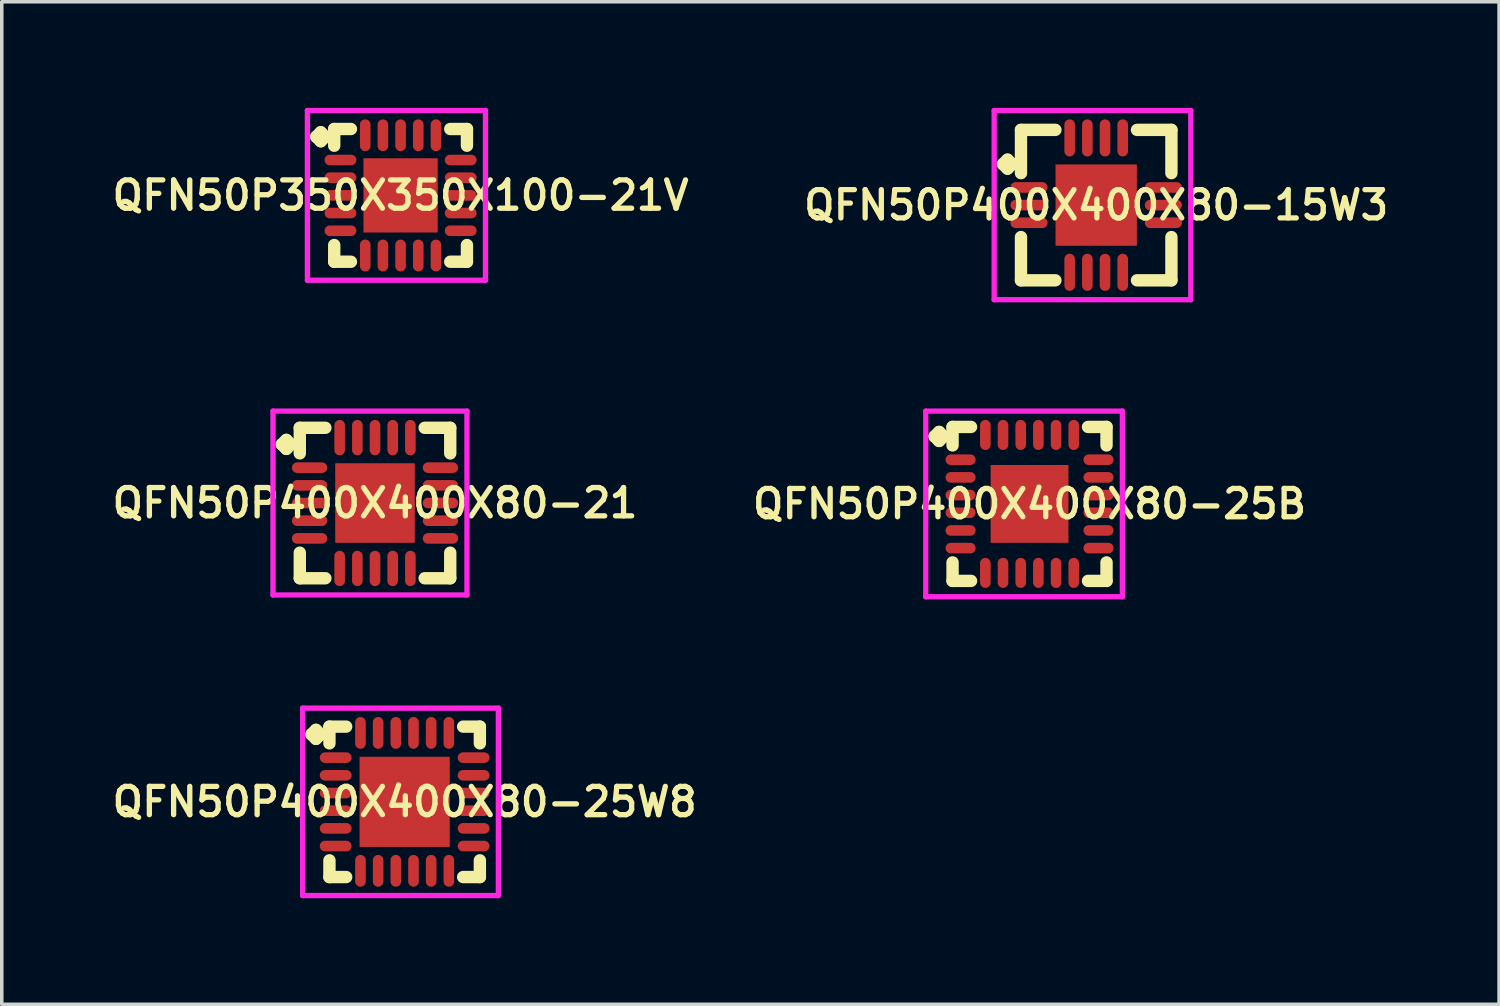
<source format=kicad_pcb>
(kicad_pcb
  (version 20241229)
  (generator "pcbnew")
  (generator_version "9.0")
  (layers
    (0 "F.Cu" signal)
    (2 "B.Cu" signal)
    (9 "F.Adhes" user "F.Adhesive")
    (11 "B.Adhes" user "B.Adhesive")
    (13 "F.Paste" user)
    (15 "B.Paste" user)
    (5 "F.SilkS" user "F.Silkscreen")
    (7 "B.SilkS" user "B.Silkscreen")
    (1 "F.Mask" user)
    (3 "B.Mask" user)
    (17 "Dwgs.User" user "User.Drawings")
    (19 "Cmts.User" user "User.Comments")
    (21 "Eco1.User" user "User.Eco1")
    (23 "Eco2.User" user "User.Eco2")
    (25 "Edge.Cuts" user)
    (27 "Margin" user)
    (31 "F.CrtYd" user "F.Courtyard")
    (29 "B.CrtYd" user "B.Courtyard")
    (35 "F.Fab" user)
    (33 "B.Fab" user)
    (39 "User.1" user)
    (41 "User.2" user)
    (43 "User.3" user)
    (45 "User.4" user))
  (footprint "QFN50P400X400X80-21"
    (layer "F.Cu")
    (at 7.555 11.175)
    (property "Reference" "QFN50P400X400X80-21" (at 0 0 0) (layer "F.SilkS") (effects (font (size 0.8 0.8) (thickness 0.15))))
    (attr smd)
    (fp_line (start -2.635 -1.658) (end -2.508 -1.785) (stroke (width 0.35) (type solid)) (layer "F.SilkS"))
    (fp_line (start -2.508 -1.785) (end -2.381 -1.658) (stroke (width 0.35) (type solid)) (layer "F.SilkS"))
    (fp_line (start -2.508 -1.531) (end -2.635 -1.658) (stroke (width 0.35) (type solid)) (layer "F.SilkS"))
    (fp_line (start -2.381 -1.658) (end -2.508 -1.531) (stroke (width 0.35) (type solid)) (layer "F.SilkS"))
    (fp_line (start -2.127 -2.127) (end -1.404 -2.127) (stroke (width 0.35) (type solid)) (layer "F.SilkS"))
    (fp_line (start -2.127 -1.404) (end -2.127 -2.127) (stroke (width 0.35) (type solid)) (layer "F.SilkS"))
    (fp_line (start -2.127 1.404) (end -2.127 2.127) (stroke (width 0.35) (type solid)) (layer "F.SilkS"))
    (fp_line (start -2.127 2.127) (end -1.404 2.127) (stroke (width 0.35) (type solid)) (layer "F.SilkS"))
    (fp_line (start 1.404 -2.127) (end 2.127 -2.127) (stroke (width 0.35) (type solid)) (layer "F.SilkS"))
    (fp_line (start 1.404 2.127) (end 2.127 2.127) (stroke (width 0.35) (type solid)) (layer "F.SilkS"))
    (fp_line (start 2.127 -2.127) (end 2.127 -1.404) (stroke (width 0.35) (type solid)) (layer "F.SilkS"))
    (fp_line (start 2.127 2.127) (end 2.127 1.404) (stroke (width 0.35) (type solid)) (layer "F.SilkS"))
    (fp_line (start -2.885 -2.6) (end 2.6 -2.6) (stroke (width 0.15) (type solid)) (layer "F.CrtYd"))
    (fp_line (start -2.885 2.6) (end -2.885 -2.6) (stroke (width 0.15) (type solid)) (layer "F.CrtYd"))
    (fp_line (start 2.6 -2.6) (end 2.6 2.6) (stroke (width 0.15) (type solid)) (layer "F.CrtYd"))
    (fp_line (start 2.6 2.6) (end -2.885 2.6) (stroke (width 0.15) (type solid)) (layer "F.CrtYd"))
    (pad "1" smd oval (at -1.85 -1) (size 1 0.3) (layers "F.Cu" "F.Mask" "F.Paste"))
    (pad "2" smd oval (at -1.85 -0.5) (size 1 0.3) (layers "F.Cu" "F.Mask" "F.Paste"))
    (pad "3" smd oval (at -1.85 0) (size 1 0.3) (layers "F.Cu" "F.Mask" "F.Paste"))
    (pad "4" smd oval (at -1.85 0.5) (size 1 0.3) (layers "F.Cu" "F.Mask" "F.Paste"))
    (pad "5" smd oval (at -1.85 1) (size 1 0.3) (layers "F.Cu" "F.Mask" "F.Paste"))
    (pad "6" smd oval (at -1 1.85) (size 0.3 1) (layers "F.Cu" "F.Mask" "F.Paste"))
    (pad "7" smd oval (at -0.5 1.85) (size 0.3 1) (layers "F.Cu" "F.Mask" "F.Paste"))
    (pad "8" smd oval (at 0 1.85) (size 0.3 1) (layers "F.Cu" "F.Mask" "F.Paste"))
    (pad "9" smd oval (at 0.5 1.85) (size 0.3 1) (layers "F.Cu" "F.Mask" "F.Paste"))
    (pad "10" smd oval (at 1 1.85) (size 0.3 1) (layers "F.Cu" "F.Mask" "F.Paste"))
    (pad "11" smd oval (at 1.85 1) (size 1 0.3) (layers "F.Cu" "F.Mask" "F.Paste"))
    (pad "12" smd oval (at 1.85 0.5) (size 1 0.3) (layers "F.Cu" "F.Mask" "F.Paste"))
    (pad "13" smd oval (at 1.85 0) (size 1 0.3) (layers "F.Cu" "F.Mask" "F.Paste"))
    (pad "14" smd oval (at 1.85 -0.5) (size 1 0.3) (layers "F.Cu" "F.Mask" "F.Paste"))
    (pad "15" smd oval (at 1.85 -1) (size 1 0.3) (layers "F.Cu" "F.Mask" "F.Paste"))
    (pad "16" smd oval (at 1 -1.85) (size 0.3 1) (layers "F.Cu" "F.Mask" "F.Paste"))
    (pad "17" smd oval (at 0.5 -1.85) (size 0.3 1) (layers "F.Cu" "F.Mask" "F.Paste"))
    (pad "18" smd oval (at 0 -1.85) (size 0.3 1) (layers "F.Cu" "F.Mask" "F.Paste"))
    (pad "19" smd oval (at -0.5 -1.85) (size 0.3 1) (layers "F.Cu" "F.Mask" "F.Paste"))
    (pad "20" smd oval (at -1 -1.85) (size 0.3 1) (layers "F.Cu" "F.Mask" "F.Paste"))
    (pad "21" smd rect (at 0 0) (size 2.25 2.25) (layers "F.Cu" "F.Mask" "F.Paste")))
  (footprint "QFN50P400X400X80-25B"
    (layer "F.Cu")
    (at 26.064 11.2)
    (property "Reference" "QFN50P400X400X80-25B" (at 0 0 0) (layer "F.SilkS") (effects (font (size 0.8 0.8) (thickness 0.15))))
    (attr smd)
    (fp_line (start -2.685 -1.908) (end -2.558 -2.035) (stroke (width 0.35) (type solid)) (layer "F.SilkS"))
    (fp_line (start -2.558 -2.035) (end -2.431 -1.908) (stroke (width 0.35) (type solid)) (layer "F.SilkS"))
    (fp_line (start -2.558 -1.781) (end -2.685 -1.908) (stroke (width 0.35) (type solid)) (layer "F.SilkS"))
    (fp_line (start -2.431 -1.908) (end -2.558 -1.781) (stroke (width 0.35) (type solid)) (layer "F.SilkS"))
    (fp_line (start -2.177 -2.177) (end -1.654 -2.177) (stroke (width 0.35) (type solid)) (layer "F.SilkS"))
    (fp_line (start -2.177 -1.654) (end -2.177 -2.177) (stroke (width 0.35) (type solid)) (layer "F.SilkS"))
    (fp_line (start -2.177 1.654) (end -2.177 2.177) (stroke (width 0.35) (type solid)) (layer "F.SilkS"))
    (fp_line (start -2.177 2.177) (end -1.654 2.177) (stroke (width 0.35) (type solid)) (layer "F.SilkS"))
    (fp_line (start 1.654 -2.177) (end 2.177 -2.177) (stroke (width 0.35) (type solid)) (layer "F.SilkS"))
    (fp_line (start 1.654 2.177) (end 2.177 2.177) (stroke (width 0.35) (type solid)) (layer "F.SilkS"))
    (fp_line (start 2.177 -2.177) (end 2.177 -1.654) (stroke (width 0.35) (type solid)) (layer "F.SilkS"))
    (fp_line (start 2.177 2.177) (end 2.177 1.654) (stroke (width 0.35) (type solid)) (layer "F.SilkS"))
    (fp_line (start -2.935 -2.625) (end 2.625 -2.625) (stroke (width 0.15) (type solid)) (layer "F.CrtYd"))
    (fp_line (start -2.935 2.625) (end -2.935 -2.625) (stroke (width 0.15) (type solid)) (layer "F.CrtYd"))
    (fp_line (start 2.625 -2.625) (end 2.625 2.625) (stroke (width 0.15) (type solid)) (layer "F.CrtYd"))
    (fp_line (start 2.625 2.625) (end -2.935 2.625) (stroke (width 0.15) (type solid)) (layer "F.CrtYd"))
    (pad "1" smd oval (at -1.95 -1.25) (size 0.85 0.3) (layers "F.Cu" "F.Mask" "F.Paste"))
    (pad "2" smd oval (at -1.95 -0.75) (size 0.85 0.3) (layers "F.Cu" "F.Mask" "F.Paste"))
    (pad "3" smd oval (at -1.95 -0.25) (size 0.85 0.3) (layers "F.Cu" "F.Mask" "F.Paste"))
    (pad "4" smd oval (at -1.95 0.25) (size 0.85 0.3) (layers "F.Cu" "F.Mask" "F.Paste"))
    (pad "5" smd oval (at -1.95 0.75) (size 0.85 0.3) (layers "F.Cu" "F.Mask" "F.Paste"))
    (pad "6" smd oval (at -1.95 1.25) (size 0.85 0.3) (layers "F.Cu" "F.Mask" "F.Paste"))
    (pad "7" smd oval (at -1.25 1.95) (size 0.3 0.85) (layers "F.Cu" "F.Mask" "F.Paste"))
    (pad "8" smd oval (at -0.75 1.95) (size 0.3 0.85) (layers "F.Cu" "F.Mask" "F.Paste"))
    (pad "9" smd oval (at -0.25 1.95) (size 0.3 0.85) (layers "F.Cu" "F.Mask" "F.Paste"))
    (pad "10" smd oval (at 0.25 1.95) (size 0.3 0.85) (layers "F.Cu" "F.Mask" "F.Paste"))
    (pad "11" smd oval (at 0.75 1.95) (size 0.3 0.85) (layers "F.Cu" "F.Mask" "F.Paste"))
    (pad "12" smd oval (at 1.25 1.95) (size 0.3 0.85) (layers "F.Cu" "F.Mask" "F.Paste"))
    (pad "13" smd oval (at 1.95 1.25) (size 0.85 0.3) (layers "F.Cu" "F.Mask" "F.Paste"))
    (pad "14" smd oval (at 1.95 0.75) (size 0.85 0.3) (layers "F.Cu" "F.Mask" "F.Paste"))
    (pad "15" smd oval (at 1.95 0.25) (size 0.85 0.3) (layers "F.Cu" "F.Mask" "F.Paste"))
    (pad "16" smd oval (at 1.95 -0.25) (size 0.85 0.3) (layers "F.Cu" "F.Mask" "F.Paste"))
    (pad "17" smd oval (at 1.95 -0.75) (size 0.85 0.3) (layers "F.Cu" "F.Mask" "F.Paste"))
    (pad "18" smd oval (at 1.95 -1.25) (size 0.85 0.3) (layers "F.Cu" "F.Mask" "F.Paste"))
    (pad "19" smd oval (at 1.25 -1.95) (size 0.3 0.85) (layers "F.Cu" "F.Mask" "F.Paste"))
    (pad "20" smd oval (at 0.75 -1.95) (size 0.3 0.85) (layers "F.Cu" "F.Mask" "F.Paste"))
    (pad "21" smd oval (at 0.25 -1.95) (size 0.3 0.85) (layers "F.Cu" "F.Mask" "F.Paste"))
    (pad "22" smd oval (at -0.25 -1.95) (size 0.3 0.85) (layers "F.Cu" "F.Mask" "F.Paste"))
    (pad "23" smd oval (at -0.75 -1.95) (size 0.3 0.85) (layers "F.Cu" "F.Mask" "F.Paste"))
    (pad "24" smd oval (at -1.25 -1.95) (size 0.3 0.85) (layers "F.Cu" "F.Mask" "F.Paste"))
    (pad "25" smd rect (at 0 0) (size 2.2 2.2) (layers "F.Cu" "F.Mask" "F.Paste")))
  (footprint "QFN50P350X350X100-21V"
    (layer "F.Cu")
    (at 8.278 2.475)
    (property "Reference" "QFN50P350X350X100-21V" (at 0 0 0) (layer "F.SilkS") (effects (font (size 0.8 0.8) (thickness 0.15))))
    (attr smd)
    (fp_line (start -2.385 -1.658) (end -2.258 -1.785) (stroke (width 0.35) (type solid)) (layer "F.SilkS"))
    (fp_line (start -2.258 -1.785) (end -2.131 -1.658) (stroke (width 0.35) (type solid)) (layer "F.SilkS"))
    (fp_line (start -2.258 -1.531) (end -2.385 -1.658) (stroke (width 0.35) (type solid)) (layer "F.SilkS"))
    (fp_line (start -2.131 -1.658) (end -2.258 -1.531) (stroke (width 0.35) (type solid)) (layer "F.SilkS"))
    (fp_line (start -1.877 -1.877) (end -1.404 -1.877) (stroke (width 0.35) (type solid)) (layer "F.SilkS"))
    (fp_line (start -1.877 -1.404) (end -1.877 -1.877) (stroke (width 0.35) (type solid)) (layer "F.SilkS"))
    (fp_line (start -1.877 1.404) (end -1.877 1.877) (stroke (width 0.35) (type solid)) (layer "F.SilkS"))
    (fp_line (start -1.877 1.877) (end -1.404 1.877) (stroke (width 0.35) (type solid)) (layer "F.SilkS"))
    (fp_line (start 1.404 -1.877) (end 1.877 -1.877) (stroke (width 0.35) (type solid)) (layer "F.SilkS"))
    (fp_line (start 1.404 1.877) (end 1.877 1.877) (stroke (width 0.35) (type solid)) (layer "F.SilkS"))
    (fp_line (start 1.877 -1.877) (end 1.877 -1.404) (stroke (width 0.35) (type solid)) (layer "F.SilkS"))
    (fp_line (start 1.877 1.877) (end 1.877 1.404) (stroke (width 0.35) (type solid)) (layer "F.SilkS"))
    (fp_line (start -2.635 -2.4) (end 2.4 -2.4) (stroke (width 0.15) (type solid)) (layer "F.CrtYd"))
    (fp_line (start -2.635 2.4) (end -2.635 -2.4) (stroke (width 0.15) (type solid)) (layer "F.CrtYd"))
    (fp_line (start 2.4 -2.4) (end 2.4 2.4) (stroke (width 0.15) (type solid)) (layer "F.CrtYd"))
    (fp_line (start 2.4 2.4) (end -2.635 2.4) (stroke (width 0.15) (type solid)) (layer "F.CrtYd"))
    (pad "1" smd oval (at -1.7 -1) (size 0.9 0.3) (layers "F.Cu" "F.Mask" "F.Paste"))
    (pad "2" smd oval (at -1.7 -0.5) (size 0.9 0.3) (layers "F.Cu" "F.Mask" "F.Paste"))
    (pad "3" smd oval (at -1.7 0) (size 0.9 0.3) (layers "F.Cu" "F.Mask" "F.Paste"))
    (pad "4" smd oval (at -1.7 0.5) (size 0.9 0.3) (layers "F.Cu" "F.Mask" "F.Paste"))
    (pad "5" smd oval (at -1.7 1) (size 0.9 0.3) (layers "F.Cu" "F.Mask" "F.Paste"))
    (pad "6" smd oval (at -1 1.7) (size 0.3 0.9) (layers "F.Cu" "F.Mask" "F.Paste"))
    (pad "7" smd oval (at -0.5 1.7) (size 0.3 0.9) (layers "F.Cu" "F.Mask" "F.Paste"))
    (pad "8" smd oval (at 0 1.7) (size 0.3 0.9) (layers "F.Cu" "F.Mask" "F.Paste"))
    (pad "9" smd oval (at 0.5 1.7) (size 0.3 0.9) (layers "F.Cu" "F.Mask" "F.Paste"))
    (pad "10" smd oval (at 1 1.7) (size 0.3 0.9) (layers "F.Cu" "F.Mask" "F.Paste"))
    (pad "11" smd oval (at 1.7 1) (size 0.9 0.3) (layers "F.Cu" "F.Mask" "F.Paste"))
    (pad "12" smd oval (at 1.7 0.5) (size 0.9 0.3) (layers "F.Cu" "F.Mask" "F.Paste"))
    (pad "13" smd oval (at 1.7 0) (size 0.9 0.3) (layers "F.Cu" "F.Mask" "F.Paste"))
    (pad "14" smd oval (at 1.7 -0.5) (size 0.9 0.3) (layers "F.Cu" "F.Mask" "F.Paste"))
    (pad "15" smd oval (at 1.7 -1) (size 0.9 0.3) (layers "F.Cu" "F.Mask" "F.Paste"))
    (pad "16" smd oval (at 1 -1.7) (size 0.3 0.9) (layers "F.Cu" "F.Mask" "F.Paste"))
    (pad "17" smd oval (at 0.5 -1.7) (size 0.3 0.9) (layers "F.Cu" "F.Mask" "F.Paste"))
    (pad "18" smd oval (at 0 -1.7) (size 0.3 0.9) (layers "F.Cu" "F.Mask" "F.Paste"))
    (pad "19" smd oval (at -0.5 -1.7) (size 0.3 0.9) (layers "F.Cu" "F.Mask" "F.Paste"))
    (pad "20" smd oval (at -1 -1.7) (size 0.3 0.9) (layers "F.Cu" "F.Mask" "F.Paste"))
    (pad "21" smd rect (at 0 0) (size 2.1 2.1) (layers "F.Cu" "F.Mask" "F.Paste")))
  (footprint "QFN50P400X400X80-15W3"
    (layer "F.Cu")
    (at 27.949 2.75)
    (property "Reference" "QFN50P400X400X80-15W3" (at 0 0 0) (layer "F.SilkS") (effects (font (size 0.8 0.8) (thickness 0.15))))
    (attr smd)
    (fp_line (start -2.635 -1.158) (end -2.508 -1.285) (stroke (width 0.35) (type solid)) (layer "F.SilkS"))
    (fp_line (start -2.508 -1.285) (end -2.381 -1.158) (stroke (width 0.35) (type solid)) (layer "F.SilkS"))
    (fp_line (start -2.508 -1.031) (end -2.635 -1.158) (stroke (width 0.35) (type solid)) (layer "F.SilkS"))
    (fp_line (start -2.381 -1.158) (end -2.508 -1.031) (stroke (width 0.35) (type solid)) (layer "F.SilkS"))
    (fp_line (start -2.127 -2.127) (end -1.154 -2.127) (stroke (width 0.35) (type solid)) (layer "F.SilkS"))
    (fp_line (start -2.127 -0.904) (end -2.127 -2.127) (stroke (width 0.35) (type solid)) (layer "F.SilkS"))
    (fp_line (start -2.127 0.904) (end -2.127 2.127) (stroke (width 0.35) (type solid)) (layer "F.SilkS"))
    (fp_line (start -2.127 2.127) (end -1.154 2.127) (stroke (width 0.35) (type solid)) (layer "F.SilkS"))
    (fp_line (start 1.154 -2.127) (end 2.127 -2.127) (stroke (width 0.35) (type solid)) (layer "F.SilkS"))
    (fp_line (start 1.154 2.127) (end 2.127 2.127) (stroke (width 0.35) (type solid)) (layer "F.SilkS"))
    (fp_line (start 2.127 -2.127) (end 2.127 -0.904) (stroke (width 0.35) (type solid)) (layer "F.SilkS"))
    (fp_line (start 2.127 2.127) (end 2.127 0.904) (stroke (width 0.35) (type solid)) (layer "F.SilkS"))
    (fp_line (start -2.885 -2.675) (end 2.675 -2.675) (stroke (width 0.15) (type solid)) (layer "F.CrtYd"))
    (fp_line (start -2.885 2.675) (end -2.885 -2.675) (stroke (width 0.15) (type solid)) (layer "F.CrtYd"))
    (fp_line (start 2.675 -2.675) (end 2.675 2.675) (stroke (width 0.15) (type solid)) (layer "F.CrtYd"))
    (fp_line (start 2.675 2.675) (end -2.885 2.675) (stroke (width 0.15) (type solid)) (layer "F.CrtYd"))
    (pad "1" smd oval (at -1.9 -0.5) (size 1.05 0.3) (layers "F.Cu" "F.Mask" "F.Paste"))
    (pad "2" smd oval (at -1.9 0) (size 1.05 0.3) (layers "F.Cu" "F.Mask" "F.Paste"))
    (pad "3" smd oval (at -1.9 0.5) (size 1.05 0.3) (layers "F.Cu" "F.Mask" "F.Paste"))
    (pad "4" smd oval (at -0.75 1.9) (size 0.3 1.05) (layers "F.Cu" "F.Mask" "F.Paste"))
    (pad "5" smd oval (at -0.25 1.9) (size 0.3 1.05) (layers "F.Cu" "F.Mask" "F.Paste"))
    (pad "6" smd oval (at 0.25 1.9) (size 0.3 1.05) (layers "F.Cu" "F.Mask" "F.Paste"))
    (pad "7" smd oval (at 0.75 1.9) (size 0.3 1.05) (layers "F.Cu" "F.Mask" "F.Paste"))
    (pad "8" smd oval (at 1.9 0.5) (size 1.05 0.3) (layers "F.Cu" "F.Mask" "F.Paste"))
    (pad "9" smd oval (at 1.9 0) (size 1.05 0.3) (layers "F.Cu" "F.Mask" "F.Paste"))
    (pad "10" smd oval (at 1.9 -0.5) (size 1.05 0.3) (layers "F.Cu" "F.Mask" "F.Paste"))
    (pad "11" smd oval (at 0.75 -1.9) (size 0.3 1.05) (layers "F.Cu" "F.Mask" "F.Paste"))
    (pad "12" smd oval (at 0.25 -1.9) (size 0.3 1.05) (layers "F.Cu" "F.Mask" "F.Paste"))
    (pad "13" smd oval (at -0.25 -1.9) (size 0.3 1.05) (layers "F.Cu" "F.Mask" "F.Paste"))
    (pad "14" smd oval (at -0.75 -1.9) (size 0.3 1.05) (layers "F.Cu" "F.Mask" "F.Paste"))
    (pad "15" smd rect (at 0 0) (size 2.3 2.3) (layers "F.Cu" "F.Mask" "F.Paste")))
  (footprint "QFN50P400X400X80-25W8"
    (layer "F.Cu")
    (at 8.393 19.625)
    (property "Reference" "QFN50P400X400X80-25W8" (at 0 0 0) (layer "F.SilkS") (effects (font (size 0.8 0.8) (thickness 0.15))))
    (attr smd)
    (fp_line (start -2.635 -1.908) (end -2.508 -2.035) (stroke (width 0.35) (type solid)) (layer "F.SilkS"))
    (fp_line (start -2.508 -2.035) (end -2.381 -1.908) (stroke (width 0.35) (type solid)) (layer "F.SilkS"))
    (fp_line (start -2.508 -1.781) (end -2.635 -1.908) (stroke (width 0.35) (type solid)) (layer "F.SilkS"))
    (fp_line (start -2.381 -1.908) (end -2.508 -1.781) (stroke (width 0.35) (type solid)) (layer "F.SilkS"))
    (fp_line (start -2.127 -2.127) (end -1.654 -2.127) (stroke (width 0.35) (type solid)) (layer "F.SilkS"))
    (fp_line (start -2.127 -1.654) (end -2.127 -2.127) (stroke (width 0.35) (type solid)) (layer "F.SilkS"))
    (fp_line (start -2.127 1.654) (end -2.127 2.127) (stroke (width 0.35) (type solid)) (layer "F.SilkS"))
    (fp_line (start -2.127 2.127) (end -1.654 2.127) (stroke (width 0.35) (type solid)) (layer "F.SilkS"))
    (fp_line (start 1.654 -2.127) (end 2.127 -2.127) (stroke (width 0.35) (type solid)) (layer "F.SilkS"))
    (fp_line (start 1.654 2.127) (end 2.127 2.127) (stroke (width 0.35) (type solid)) (layer "F.SilkS"))
    (fp_line (start 2.127 -2.127) (end 2.127 -1.654) (stroke (width 0.35) (type solid)) (layer "F.SilkS"))
    (fp_line (start 2.127 2.127) (end 2.127 1.654) (stroke (width 0.35) (type solid)) (layer "F.SilkS"))
    (fp_line (start -2.885 -2.65) (end 2.65 -2.65) (stroke (width 0.15) (type solid)) (layer "F.CrtYd"))
    (fp_line (start -2.885 2.65) (end -2.885 -2.65) (stroke (width 0.15) (type solid)) (layer "F.CrtYd"))
    (fp_line (start 2.65 -2.65) (end 2.65 2.65) (stroke (width 0.15) (type solid)) (layer "F.CrtYd"))
    (fp_line (start 2.65 2.65) (end -2.885 2.65) (stroke (width 0.15) (type solid)) (layer "F.CrtYd"))
    (pad "1" smd oval (at -1.95 -1.25) (size 0.9 0.3) (layers "F.Cu" "F.Mask" "F.Paste"))
    (pad "2" smd oval (at -1.95 -0.75) (size 0.9 0.3) (layers "F.Cu" "F.Mask" "F.Paste"))
    (pad "3" smd oval (at -1.95 -0.25) (size 0.9 0.3) (layers "F.Cu" "F.Mask" "F.Paste"))
    (pad "4" smd oval (at -1.95 0.25) (size 0.9 0.3) (layers "F.Cu" "F.Mask" "F.Paste"))
    (pad "5" smd oval (at -1.95 0.75) (size 0.9 0.3) (layers "F.Cu" "F.Mask" "F.Paste"))
    (pad "6" smd oval (at -1.95 1.25) (size 0.9 0.3) (layers "F.Cu" "F.Mask" "F.Paste"))
    (pad "7" smd oval (at -1.25 1.95) (size 0.3 0.9) (layers "F.Cu" "F.Mask" "F.Paste"))
    (pad "8" smd oval (at -0.75 1.95) (size 0.3 0.9) (layers "F.Cu" "F.Mask" "F.Paste"))
    (pad "9" smd oval (at -0.25 1.95) (size 0.3 0.9) (layers "F.Cu" "F.Mask" "F.Paste"))
    (pad "10" smd oval (at 0.25 1.95) (size 0.3 0.9) (layers "F.Cu" "F.Mask" "F.Paste"))
    (pad "11" smd oval (at 0.75 1.95) (size 0.3 0.9) (layers "F.Cu" "F.Mask" "F.Paste"))
    (pad "12" smd oval (at 1.25 1.95) (size 0.3 0.9) (layers "F.Cu" "F.Mask" "F.Paste"))
    (pad "13" smd oval (at 1.95 1.25) (size 0.9 0.3) (layers "F.Cu" "F.Mask" "F.Paste"))
    (pad "14" smd oval (at 1.95 0.75) (size 0.9 0.3) (layers "F.Cu" "F.Mask" "F.Paste"))
    (pad "15" smd oval (at 1.95 0.25) (size 0.9 0.3) (layers "F.Cu" "F.Mask" "F.Paste"))
    (pad "16" smd oval (at 1.95 -0.25) (size 0.9 0.3) (layers "F.Cu" "F.Mask" "F.Paste"))
    (pad "17" smd oval (at 1.95 -0.75) (size 0.9 0.3) (layers "F.Cu" "F.Mask" "F.Paste"))
    (pad "18" smd oval (at 1.95 -1.25) (size 0.9 0.3) (layers "F.Cu" "F.Mask" "F.Paste"))
    (pad "19" smd oval (at 1.25 -1.95) (size 0.3 0.9) (layers "F.Cu" "F.Mask" "F.Paste"))
    (pad "20" smd oval (at 0.75 -1.95) (size 0.3 0.9) (layers "F.Cu" "F.Mask" "F.Paste"))
    (pad "21" smd oval (at 0.25 -1.95) (size 0.3 0.9) (layers "F.Cu" "F.Mask" "F.Paste"))
    (pad "22" smd oval (at -0.25 -1.95) (size 0.3 0.9) (layers "F.Cu" "F.Mask" "F.Paste"))
    (pad "23" smd oval (at -0.75 -1.95) (size 0.3 0.9) (layers "F.Cu" "F.Mask" "F.Paste"))
    (pad "24" smd oval (at -1.25 -1.95) (size 0.3 0.9) (layers "F.Cu" "F.Mask" "F.Paste"))
    (pad "25" smd rect (at 0 0) (size 2.55 2.55) (layers "F.Cu" "F.Mask" "F.Paste")))
  (gr_rect
    (start -3 -3)
    (end 39.342 25.35)
    (stroke (width 0.1) (type default))
    (fill no)
    (layer "Edge.Cuts")))
</source>
